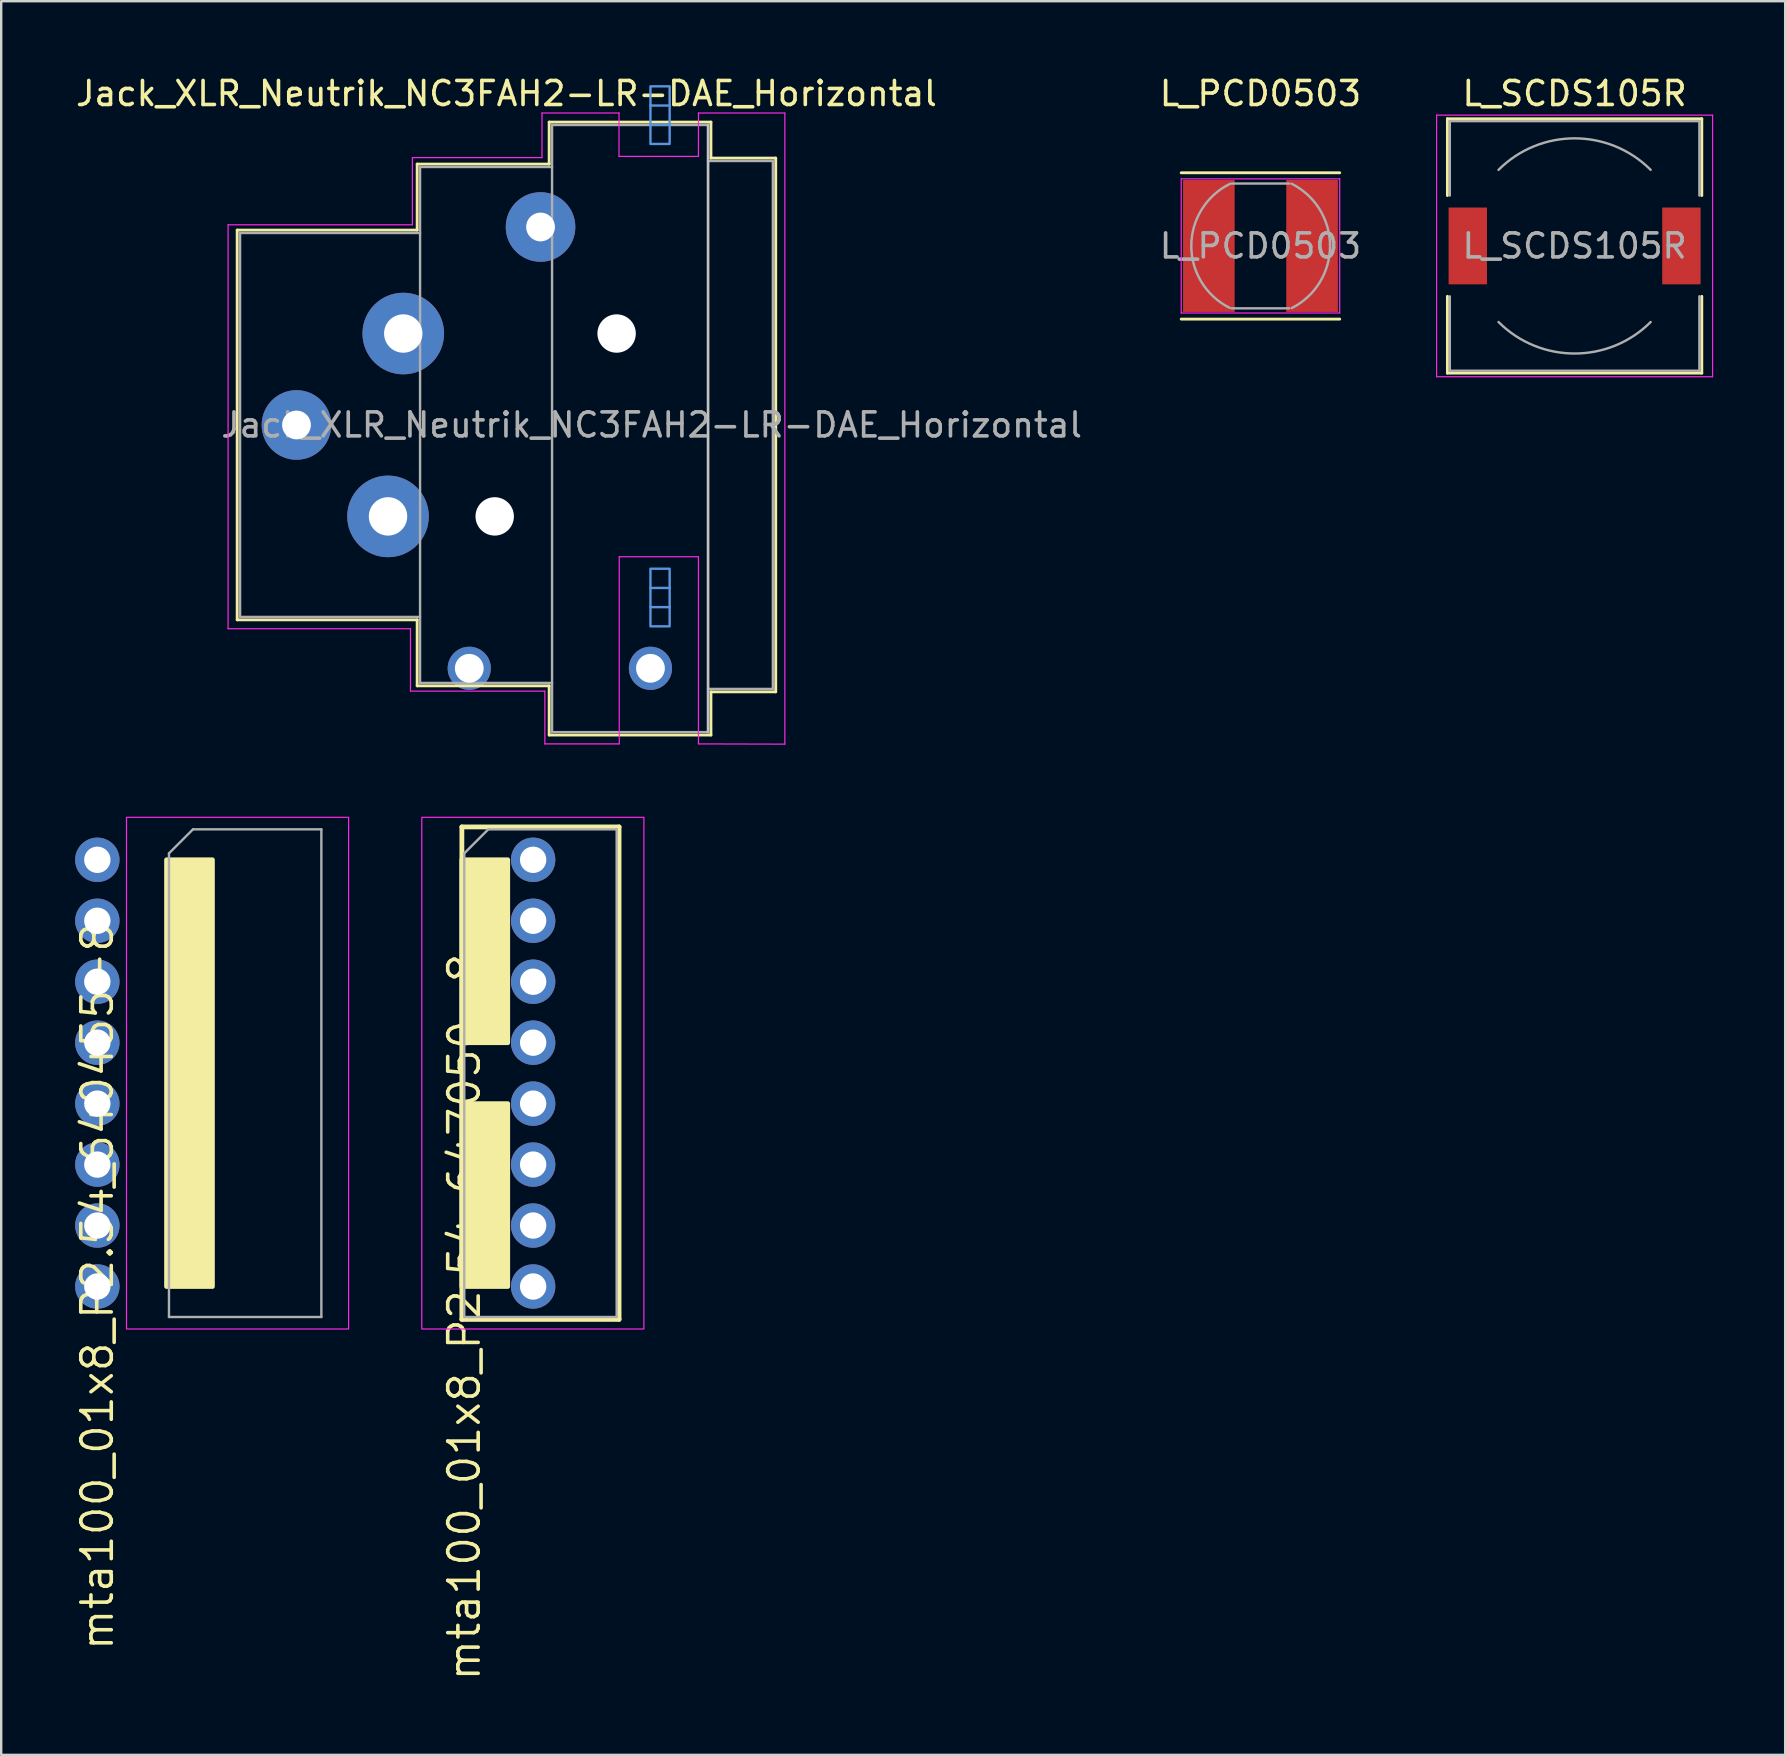
<source format=kicad_pcb>
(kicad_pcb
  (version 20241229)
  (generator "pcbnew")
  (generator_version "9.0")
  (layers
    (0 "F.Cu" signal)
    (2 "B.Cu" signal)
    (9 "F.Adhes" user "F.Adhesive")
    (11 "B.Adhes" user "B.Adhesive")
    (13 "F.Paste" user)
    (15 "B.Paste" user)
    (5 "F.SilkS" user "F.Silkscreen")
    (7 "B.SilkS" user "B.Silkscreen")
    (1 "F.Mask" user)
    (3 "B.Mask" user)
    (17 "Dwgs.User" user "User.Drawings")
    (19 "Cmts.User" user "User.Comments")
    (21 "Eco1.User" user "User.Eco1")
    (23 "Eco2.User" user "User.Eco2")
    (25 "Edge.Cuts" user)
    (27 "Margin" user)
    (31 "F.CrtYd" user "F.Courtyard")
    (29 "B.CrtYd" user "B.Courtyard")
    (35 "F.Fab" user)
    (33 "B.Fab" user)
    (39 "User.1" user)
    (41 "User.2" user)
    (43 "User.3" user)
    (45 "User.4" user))
  (footprint "mta100_01x8_P2.54_640455-8"
    (layer "F.Cu")
    (at 1.006 32.778)
    (property "Reference" "mta100_01x8_P2.54_640455-8" (at 0 17.78 90) (unlocked yes) (layer "F.SilkS") (effects (font (size 1.27 1.27) (thickness 0.15))))
    (attr through_hole)
    (fp_rect (start 2.885 0) (end 4.795 17.78) (stroke (width 0.2) (type default)) (fill yes) (layer "F.SilkS"))
    (fp_rect (start 1.215 -1.77) (end 10.47 19.55) (stroke (width 0.05) (type default)) (fill no) (layer "F.CrtYd"))
    (fp_line (start 2.985 -0.27) (end 3.985 -1.27) (stroke (width 0.1) (type default)) (layer "F.Fab"))
    (fp_line (start 2.985 19.05) (end 2.985 -0.27) (stroke (width 0.1) (type default)) (layer "F.Fab"))
    (fp_line (start 3.985 -1.27) (end 9.335 -1.27) (stroke (width 0.1) (type default)) (layer "F.Fab"))
    (fp_line (start 9.335 -1.27) (end 9.335 19.05) (stroke (width 0.1) (type default)) (layer "F.Fab"))
    (fp_line (start 9.335 19.05) (end 2.985 19.05) (stroke (width 0.1) (type default)) (layer "F.Fab"))
    (pad "1" thru_hole circle (at 0 0 90) (size 1.85 1.85) (drill 1.1) (layers "*.Cu" "*.Mask"))
    (pad "2" thru_hole circle (at 0 2.54 90) (size 1.85 1.85) (drill 1.1) (layers "*.Cu" "*.Mask"))
    (pad "3" thru_hole circle (at 0 5.08 90) (size 1.85 1.85) (drill 1.1) (layers "*.Cu" "*.Mask"))
    (pad "4" thru_hole circle (at 0 7.62 90) (size 1.85 1.85) (drill 1.1) (layers "*.Cu" "*.Mask"))
    (pad "5" thru_hole circle (at 0 10.16 90) (size 1.85 1.85) (drill 1.1) (layers "*.Cu" "*.Mask"))
    (pad "6" thru_hole circle (at 0 12.7 90) (size 1.85 1.85) (drill 1.1) (layers "*.Cu" "*.Mask"))
    (pad "7" thru_hole circle (at 0 15.24 90) (size 1.85 1.85) (drill 1.1) (layers "*.Cu" "*.Mask"))
    (pad "8" thru_hole circle (at 0 17.78 90) (size 1.85 1.85) (drill 1.1) (layers "*.Cu" "*.Mask")))
  (footprint "L_PCD0503"
    (layer "F.Cu")
    (at 49.473 7.198)
    (property "Reference" "L_PCD0503" (at 0 -6.35 0) (layer "F.SilkS") (effects (font (size 1 1) (thickness 0.15))))
    (attr smd)
    (fp_line (start -3.302 -3.048) (end 3.302 -3.048) (stroke (width 0.12) (type solid)) (layer "F.SilkS"))
    (fp_line (start 3.302 3.048) (end -3.302 3.048) (stroke (width 0.12) (type solid)) (layer "F.SilkS"))
    (fp_line (start -3.302 -2.794) (end -3.302 2.794) (stroke (width 0.05) (type solid)) (layer "F.CrtYd"))
    (fp_line (start -3.302 2.794) (end 3.302 2.794) (stroke (width 0.05) (type solid)) (layer "F.CrtYd"))
    (fp_line (start 3.302 -2.794) (end -3.302 -2.794) (stroke (width 0.05) (type solid)) (layer "F.CrtYd"))
    (fp_line (start 3.302 2.794) (end 3.302 -2.794) (stroke (width 0.05) (type solid)) (layer "F.CrtYd"))
    (fp_line (start -1.2 -2.6) (end 1.2 -2.6) (stroke (width 0.1) (type default)) (layer "F.Fab"))
    (fp_line (start -1.2 2.6) (end 1.2 2.6) (stroke (width 0.1) (type default)) (layer "F.Fab"))
    (fp_arc (start -1.283746 2.580206) (mid -2.881908 -0.008616) (end -1.268296 -2.587836) (stroke (width 0.1) (type solid)) (layer "F.Fab"))
    (fp_arc (start 1.296489 -2.592981) (mid 2.899035 -0.00573) (end 1.306729 2.587836) (stroke (width 0.1) (type solid)) (layer "F.Fab"))
    (fp_text user "${REFERENCE}" (at 0 0 0) (layer "F.Fab") (effects (font (size 1 1) (thickness 0.15))))
    (pad "1" smd rect (at -2.15 0) (size 2.15 5.5) (layers "F.Cu" "F.Mask" "F.Paste"))
    (pad "2" smd rect (at 2.15 0) (size 2.15 5.5) (layers "F.Cu" "F.Mask" "F.Paste")))
  (footprint "Jack_XLR_Neutrik_NC3FAH2-LR-DAE_Horizontal"
    (layer "F.Cu")
    (at 13.754 10.848)
    (property "Reference" "Jack_XLR_Neutrik_NC3FAH2-LR-DAE_Horizontal" (at 4.3 -10 0) (layer "F.SilkS") (effects (font (size 1 1) (thickness 0.15))))
    (attr through_hole)
    (fp_line (start -6.92 -4.31) (end -6.92 11.93) (stroke (width 0.12) (type solid)) (layer "F.SilkS"))
    (fp_line (start 0.58 -7.06) (end 0.58 -4.31) (stroke (width 0.12) (type solid)) (layer "F.SilkS"))
    (fp_line (start 0.58 -4.31) (end -6.92 -4.31) (stroke (width 0.12) (type solid)) (layer "F.SilkS"))
    (fp_line (start 0.58 11.93) (end -6.92 11.93) (stroke (width 0.12) (type solid)) (layer "F.SilkS"))
    (fp_line (start 0.58 11.93) (end 0.58 14.68) (stroke (width 0.12) (type solid)) (layer "F.SilkS"))
    (fp_line (start 6.08 -7.06) (end 0.58 -7.06) (stroke (width 0.12) (type solid)) (layer "F.SilkS"))
    (fp_line (start 6.08 -7.06) (end 6.08 -8.81) (stroke (width 0.12) (type solid)) (layer "F.SilkS"))
    (fp_line (start 6.08 14.68) (end 0.58 14.68) (stroke (width 0.12) (type solid)) (layer "F.SilkS"))
    (fp_line (start 6.08 16.73) (end 6.08 14.68) (stroke (width 0.12) (type solid)) (layer "F.SilkS"))
    (fp_line (start 12.82 -8.81) (end 6.08 -8.81) (stroke (width 0.12) (type solid)) (layer "F.SilkS"))
    (fp_line (start 12.82 -8.81) (end 12.82 -7.31) (stroke (width 0.12) (type solid)) (layer "F.SilkS"))
    (fp_line (start 12.82 -7.31) (end 15.52 -7.31) (stroke (width 0.12) (type solid)) (layer "F.SilkS"))
    (fp_line (start 12.82 14.93) (end 12.82 16.73) (stroke (width 0.12) (type solid)) (layer "F.SilkS"))
    (fp_line (start 12.82 14.93) (end 15.52 14.93) (stroke (width 0.12) (type solid)) (layer "F.SilkS"))
    (fp_line (start 12.82 16.73) (end 6.08 16.73) (stroke (width 0.12) (type solid)) (layer "F.SilkS"))
    (fp_line (start 15.52 -7.31) (end 15.52 14.93) (stroke (width 0.12) (type solid)) (layer "F.SilkS"))
    (fp_line (start 12.7 -8.69) (end 12.7 16.61) (stroke (width 0.1) (type solid)) (layer "Dwgs.User"))
    (fp_line (start 10.3 -9.5) (end 11.1 -9.5) (stroke (width 0.1) (type default)) (layer "Cmts.User"))
    (fp_line (start 10.3 -8.7) (end 11.1 -8.7) (stroke (width 0.1) (type default)) (layer "Cmts.User"))
    (fp_line (start 10.3 10.6) (end 11.1 10.6) (stroke (width 0.1) (type default)) (layer "Cmts.User"))
    (fp_line (start 10.3 11.4) (end 11.1 11.4) (stroke (width 0.1) (type default)) (layer "Cmts.User"))
    (fp_rect (start 10.3 -10.3) (end 11.1 -7.9) (stroke (width 0.1) (type default)) (fill no) (layer "Cmts.User"))
    (fp_rect (start 10.3 9.8) (end 11.1 12.2) (stroke (width 0.1) (type default)) (fill no) (layer "Cmts.User"))
    (fp_line (start -7.3 12.3) (end -7.3 -4.53) (stroke (width 0.05) (type default)) (layer "F.CrtYd"))
    (fp_line (start -7.3 12.3) (end 0.3 12.3) (stroke (width 0.05) (type default)) (layer "F.CrtYd"))
    (fp_line (start 0.3 12.3) (end 0.3 14.9) (stroke (width 0.05) (type default)) (layer "F.CrtYd"))
    (fp_line (start 0.3 14.9) (end 5.9 14.9) (stroke (width 0.05) (type default)) (layer "F.CrtYd"))
    (fp_line (start 0.38 -7.33) (end 0.38 -4.53) (stroke (width 0.05) (type default)) (layer "F.CrtYd"))
    (fp_line (start 0.38 -4.53) (end -7.3 -4.53) (stroke (width 0.05) (type default)) (layer "F.CrtYd"))
    (fp_line (start 5.78 -9.19) (end 5.78 -7.33) (stroke (width 0.05) (type default)) (layer "F.CrtYd"))
    (fp_line (start 5.78 -7.33) (end 0.38 -7.33) (stroke (width 0.05) (type default)) (layer "F.CrtYd"))
    (fp_line (start 5.9 14.9) (end 5.9 17.1) (stroke (width 0.05) (type default)) (layer "F.CrtYd"))
    (fp_line (start 5.9 17.1) (end 9 17.1) (stroke (width 0.05) (type default)) (layer "F.CrtYd"))
    (fp_line (start 8.99 -9.19) (end 5.78 -9.19) (stroke (width 0.05) (type default)) (layer "F.CrtYd"))
    (fp_line (start 8.99 -7.38) (end 8.99 -9.19) (stroke (width 0.05) (type default)) (layer "F.CrtYd"))
    (fp_line (start 9 9.3) (end 12.3 9.3) (stroke (width 0.05) (type default)) (layer "F.CrtYd"))
    (fp_line (start 9 17.1) (end 9 9.3) (stroke (width 0.05) (type default)) (layer "F.CrtYd"))
    (fp_line (start 12.3 -9.19) (end 12.3 -7.38) (stroke (width 0.05) (type default)) (layer "F.CrtYd"))
    (fp_line (start 12.3 -7.38) (end 8.99 -7.38) (stroke (width 0.05) (type default)) (layer "F.CrtYd"))
    (fp_line (start 12.3 9.3) (end 12.3 17.1) (stroke (width 0.05) (type default)) (layer "F.CrtYd"))
    (fp_line (start 12.3 17.1) (end 15.9 17.11) (stroke (width 0.05) (type default)) (layer "F.CrtYd"))
    (fp_line (start 15.9 -9.19) (end 12.3 -9.19) (stroke (width 0.05) (type default)) (layer "F.CrtYd"))
    (fp_line (start 15.9 -9.19) (end 15.9 17.11) (stroke (width 0.05) (type solid)) (layer "F.CrtYd"))
    (fp_line (start -6.8 -4.19) (end -6.8 11.81) (stroke (width 0.1) (type solid)) (layer "F.Fab"))
    (fp_line (start -6.8 11.81) (end 0.7 11.81) (stroke (width 0.1) (type solid)) (layer "F.Fab"))
    (fp_line (start 0.7 -6.94) (end 0.7 14.56) (stroke (width 0.1) (type solid)) (layer "F.Fab"))
    (fp_line (start 0.7 -4.19) (end -6.8 -4.19) (stroke (width 0.1) (type solid)) (layer "F.Fab"))
    (fp_line (start 0.7 14.56) (end 6.2 14.56) (stroke (width 0.1) (type solid)) (layer "F.Fab"))
    (fp_line (start 6.2 -8.69) (end 12.7 -8.69) (stroke (width 0.1) (type solid)) (layer "F.Fab"))
    (fp_line (start 6.2 -6.94) (end 0.7 -6.94) (stroke (width 0.1) (type solid)) (layer "F.Fab"))
    (fp_line (start 6.2 16.61) (end 6.2 -8.69) (stroke (width 0.1) (type solid)) (layer "F.Fab"))
    (fp_line (start 12.7 -8.69) (end 12.7 16.61) (stroke (width 0.1) (type solid)) (layer "F.Fab"))
    (fp_line (start 12.7 -7.19) (end 15.4 -7.19) (stroke (width 0.1) (type solid)) (layer "F.Fab"))
    (fp_line (start 12.7 16.61) (end 6.2 16.61) (stroke (width 0.1) (type solid)) (layer "F.Fab"))
    (fp_line (start 15.4 -7.19) (end 15.4 14.81) (stroke (width 0.1) (type solid)) (layer "F.Fab"))
    (fp_line (start 15.4 14.81) (end 12.7 14.81) (stroke (width 0.1) (type solid)) (layer "F.Fab"))
    (fp_text user "${REFERENCE}" (at 10.35 3.81 0) (layer "F.Fab") (effects (font (size 1 1) (thickness 0.15))))
    (pad "" np_thru_hole circle (at 3.81 7.62) (size 1.6 1.6) (drill 1.6) (layers "*.Cu" "*.Mask"))
    (pad "" np_thru_hole circle (at 8.89 0) (size 1.6 1.6) (drill 1.6) (layers "*.Cu" "*.Mask"))
    (pad "1" thru_hole circle (at 0 0) (size 3.4 3.4) (drill 1.6) (layers "*.Cu" "*.Mask"))
    (pad "2" thru_hole circle (at -0.635 7.62) (size 3.4 3.4) (drill 1.6) (layers "*.Cu" "*.Mask"))
    (pad "3" thru_hole circle (at -4.45 3.81) (size 2.9 2.9) (drill 1.2) (layers "*.Cu" "*.Mask"))
    (pad "G" thru_hole circle (at 5.72 -4.44) (size 2.9 2.9) (drill 1.2) (layers "*.Cu" "*.Mask"))
    (pad "LG" thru_hole circle (at 2.75 13.95) (size 1.8 1.8) (drill 1.2) (layers "*.Cu" "*.Mask"))
    (pad "LG" thru_hole circle (at 10.3 13.95) (size 1.8 1.8) (drill 1.2) (layers "*.Cu" "*.Mask")))
  (footprint "L_SCDS105R"
    (layer "F.Cu")
    (at 62.563 7.198)
    (property "Reference" "L_SCDS105R" (at 0 -6.35 0) (layer "F.SilkS") (effects (font (size 1 1) (thickness 0.15))))
    (attr smd)
    (fp_line (start -5.3 -5.3) (end 5.3 -5.3) (stroke (width 0.12) (type solid)) (layer "F.SilkS"))
    (fp_line (start -5.3 -2.1) (end -5.3 -5.3) (stroke (width 0.12) (type solid)) (layer "F.SilkS"))
    (fp_line (start -5.3 5.3) (end -5.3 2.1) (stroke (width 0.12) (type solid)) (layer "F.SilkS"))
    (fp_line (start 5.3 -5.3) (end 5.3 -2.1) (stroke (width 0.12) (type solid)) (layer "F.SilkS"))
    (fp_line (start 5.3 2.1) (end 5.3 5.3) (stroke (width 0.12) (type solid)) (layer "F.SilkS"))
    (fp_line (start 5.3 5.3) (end -5.3 5.3) (stroke (width 0.12) (type solid)) (layer "F.SilkS"))
    (fp_line (start -5.75 -5.45) (end -5.75 5.45) (stroke (width 0.05) (type solid)) (layer "F.CrtYd"))
    (fp_line (start -5.75 5.45) (end 5.75 5.45) (stroke (width 0.05) (type solid)) (layer "F.CrtYd"))
    (fp_line (start 5.75 -5.45) (end -5.75 -5.45) (stroke (width 0.05) (type solid)) (layer "F.CrtYd"))
    (fp_line (start 5.75 5.45) (end 5.75 -5.45) (stroke (width 0.05) (type solid)) (layer "F.CrtYd"))
    (fp_line (start -5.2 -5.2) (end -5.2 -2.1) (stroke (width 0.1) (type solid)) (layer "F.Fab"))
    (fp_line (start -5.2 -5.2) (end 5.2 -5.2) (stroke (width 0.1) (type solid)) (layer "F.Fab"))
    (fp_line (start -5.2 5.2) (end -5.2 2.1) (stroke (width 0.1) (type solid)) (layer "F.Fab"))
    (fp_line (start -5.2 5.2) (end 5.2 5.2) (stroke (width 0.1) (type solid)) (layer "F.Fab"))
    (fp_line (start 5.2 -5.2) (end 5.2 -2.1) (stroke (width 0.1) (type solid)) (layer "F.Fab"))
    (fp_line (start 5.2 5.2) (end 5.2 2.1) (stroke (width 0.1) (type solid)) (layer "F.Fab"))
    (fp_arc (start -3.17 -3.17) (mid 0 -4.483057) (end 3.17 -3.17) (stroke (width 0.1) (type solid)) (layer "F.Fab"))
    (fp_arc (start 3.17 3.17) (mid 0 4.483057) (end -3.17 3.17) (stroke (width 0.1) (type solid)) (layer "F.Fab"))
    (fp_text user "${REFERENCE}" (at 0 0 0) (layer "F.Fab") (effects (font (size 1 1) (thickness 0.15))))
    (pad "1" smd rect (at -4.45 0) (size 1.6 3.2) (layers "F.Cu" "F.Mask" "F.Paste"))
    (pad "2" smd rect (at 4.45 0) (size 1.6 3.2) (layers "F.Cu" "F.Mask" "F.Paste")))
  (footprint "mta100_01x8_P2.54_647050-8"
    (layer "F.Cu")
    (at 19.166 32.778)
    (property "Reference" "mta100_01x8_P2.54_647050-8" (at -2.87 19.05 90) (unlocked yes) (layer "F.SilkS") (effects (font (size 1.27 1.27) (thickness 0.15))))
    (attr through_hole)
    (fp_line (start -2.97 -1.37) (end 3.58 -1.37) (stroke (width 0.2) (type default)) (layer "F.SilkS"))
    (fp_line (start -2.97 19.15) (end -2.97 -1.37) (stroke (width 0.2) (type default)) (layer "F.SilkS"))
    (fp_line (start 3.58 -1.37) (end 3.58 19.15) (stroke (width 0.2) (type default)) (layer "F.SilkS"))
    (fp_line (start 3.58 19.15) (end -2.97 19.15) (stroke (width 0.2) (type default)) (layer "F.SilkS"))
    (fp_rect (start -2.97 0) (end -1.06 7.62) (stroke (width 0.2) (type default)) (fill yes) (layer "F.SilkS"))
    (fp_rect (start -2.97 10.16) (end -1.06 17.78) (stroke (width 0.2) (type default)) (fill yes) (layer "F.SilkS"))
    (fp_rect (start -4.64 -1.77) (end 4.615 19.55) (stroke (width 0.05) (type default)) (fill no) (layer "F.CrtYd"))
    (fp_line (start -2.87 -0.27) (end -1.87 -1.27) (stroke (width 0.1) (type default)) (layer "F.Fab"))
    (fp_line (start -2.87 19.05) (end -2.87 -0.27) (stroke (width 0.1) (type default)) (layer "F.Fab"))
    (fp_line (start -1.87 -1.27) (end 3.48 -1.27) (stroke (width 0.1) (type default)) (layer "F.Fab"))
    (fp_line (start 3.48 -1.27) (end 3.48 19.05) (stroke (width 0.1) (type default)) (layer "F.Fab"))
    (fp_line (start 3.48 19.05) (end -2.87 19.05) (stroke (width 0.1) (type default)) (layer "F.Fab"))
    (pad "1" thru_hole circle (at 0 0 90) (size 1.85 1.85) (drill 1.1) (layers "*.Cu" "*.Mask"))
    (pad "2" thru_hole circle (at 0 2.54 90) (size 1.85 1.85) (drill 1.1) (layers "*.Cu" "*.Mask"))
    (pad "3" thru_hole circle (at 0 5.08 90) (size 1.85 1.85) (drill 1.1) (layers "*.Cu" "*.Mask"))
    (pad "4" thru_hole circle (at 0 7.62 90) (size 1.85 1.85) (drill 1.1) (layers "*.Cu" "*.Mask"))
    (pad "5" thru_hole circle (at 0 10.16 90) (size 1.85 1.85) (drill 1.1) (layers "*.Cu" "*.Mask"))
    (pad "6" thru_hole circle (at 0 12.7 90) (size 1.85 1.85) (drill 1.1) (layers "*.Cu" "*.Mask"))
    (pad "7" thru_hole circle (at 0 15.24 90) (size 1.85 1.85) (drill 1.1) (layers "*.Cu" "*.Mask"))
    (pad "8" thru_hole circle (at 0 17.78 90) (size 1.85 1.85) (drill 1.1) (layers "*.Cu" "*.Mask")))
  (gr_rect
    (start -3 -3)
    (end 71.338 70.076)
    (stroke (width 0.1) (type default))
    (fill no)
    (layer "Edge.Cuts")))
</source>
